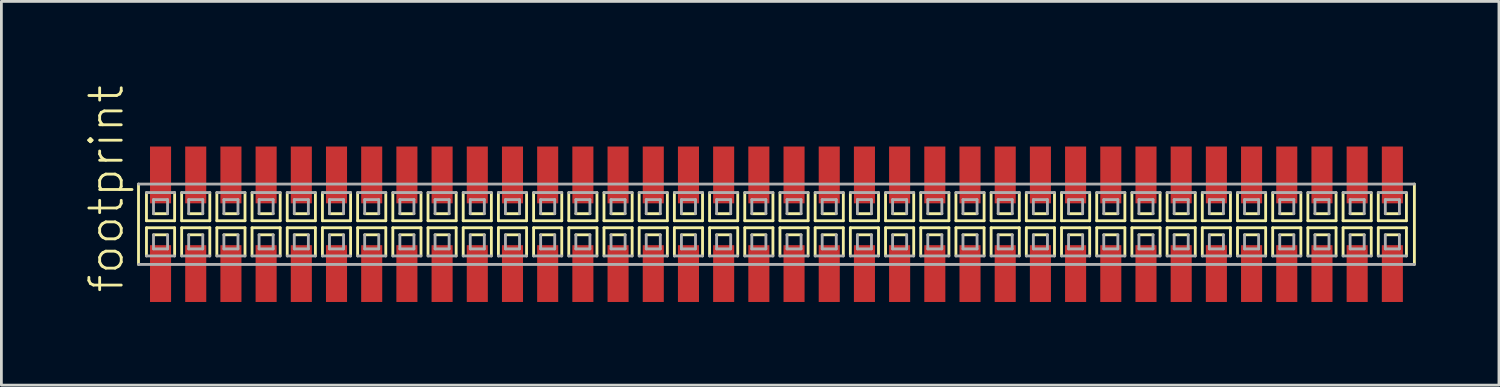
<source format=kicad_pcb>
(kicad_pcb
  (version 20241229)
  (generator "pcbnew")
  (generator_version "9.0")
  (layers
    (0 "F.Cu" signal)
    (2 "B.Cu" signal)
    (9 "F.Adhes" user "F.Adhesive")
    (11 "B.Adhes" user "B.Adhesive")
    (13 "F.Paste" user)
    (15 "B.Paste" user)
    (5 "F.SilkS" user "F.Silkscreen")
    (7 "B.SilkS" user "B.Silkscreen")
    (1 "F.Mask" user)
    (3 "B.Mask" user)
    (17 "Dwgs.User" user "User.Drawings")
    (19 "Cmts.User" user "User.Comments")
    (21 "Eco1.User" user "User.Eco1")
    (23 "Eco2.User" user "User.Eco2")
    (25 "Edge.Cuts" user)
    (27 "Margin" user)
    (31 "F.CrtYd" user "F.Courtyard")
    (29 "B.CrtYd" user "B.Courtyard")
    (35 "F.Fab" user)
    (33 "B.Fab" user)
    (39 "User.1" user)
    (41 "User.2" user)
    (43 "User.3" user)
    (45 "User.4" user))
  (footprint "footprint"
    (layer "F.Cu")
    (at 24.968 5.042)
    (property "Reference" "footprint" (at -23.495 2.54 90) (layer "F.SilkS") (effects (font (size 1.168 1.168) (thickness 0.102)) (justify left bottom)))
    (fp_line (start -23.02 -1.45) (end -23.02 1.45) (stroke (width 0.102) (type solid)) (layer "F.SilkS"))
    (fp_line (start -22.733 -1.143) (end -22.733 -0.127) (stroke (width 0.102) (type solid)) (layer "F.SilkS"))
    (fp_line (start -22.733 -0.127) (end -21.717 -0.127) (stroke (width 0.102) (type solid)) (layer "F.SilkS"))
    (fp_line (start -22.733 0.127) (end -22.733 1.143) (stroke (width 0.102) (type solid)) (layer "F.SilkS"))
    (fp_line (start -22.479 -0.381) (end -21.971 -0.381) (stroke (width 0.102) (type solid)) (layer "F.SilkS"))
    (fp_line (start -21.971 0.381) (end -22.479 0.381) (stroke (width 0.102) (type solid)) (layer "F.SilkS"))
    (fp_line (start -21.717 -0.127) (end -21.717 -1.143) (stroke (width 0.102) (type solid)) (layer "F.SilkS"))
    (fp_line (start -21.717 0.127) (end -22.733 0.127) (stroke (width 0.102) (type solid)) (layer "F.SilkS"))
    (fp_line (start -21.717 1.143) (end -21.717 0.127) (stroke (width 0.102) (type solid)) (layer "F.SilkS"))
    (fp_line (start -21.463 -1.143) (end -21.463 -0.127) (stroke (width 0.102) (type solid)) (layer "F.SilkS"))
    (fp_line (start -21.463 -0.127) (end -20.447 -0.127) (stroke (width 0.102) (type solid)) (layer "F.SilkS"))
    (fp_line (start -21.463 0.127) (end -21.463 1.143) (stroke (width 0.102) (type solid)) (layer "F.SilkS"))
    (fp_line (start -21.209 -0.381) (end -20.701 -0.381) (stroke (width 0.102) (type solid)) (layer "F.SilkS"))
    (fp_line (start -20.701 0.381) (end -21.209 0.381) (stroke (width 0.102) (type solid)) (layer "F.SilkS"))
    (fp_line (start -20.447 -0.127) (end -20.447 -1.143) (stroke (width 0.102) (type solid)) (layer "F.SilkS"))
    (fp_line (start -20.447 0.127) (end -21.463 0.127) (stroke (width 0.102) (type solid)) (layer "F.SilkS"))
    (fp_line (start -20.447 1.143) (end -20.447 0.127) (stroke (width 0.102) (type solid)) (layer "F.SilkS"))
    (fp_line (start -20.193 -1.143) (end -20.193 -0.127) (stroke (width 0.102) (type solid)) (layer "F.SilkS"))
    (fp_line (start -20.193 -0.127) (end -19.177 -0.127) (stroke (width 0.102) (type solid)) (layer "F.SilkS"))
    (fp_line (start -20.193 0.127) (end -20.193 1.143) (stroke (width 0.102) (type solid)) (layer "F.SilkS"))
    (fp_line (start -19.939 -0.381) (end -19.431 -0.381) (stroke (width 0.102) (type solid)) (layer "F.SilkS"))
    (fp_line (start -19.431 0.381) (end -19.939 0.381) (stroke (width 0.102) (type solid)) (layer "F.SilkS"))
    (fp_line (start -19.177 -0.127) (end -19.177 -1.143) (stroke (width 0.102) (type solid)) (layer "F.SilkS"))
    (fp_line (start -19.177 0.127) (end -20.193 0.127) (stroke (width 0.102) (type solid)) (layer "F.SilkS"))
    (fp_line (start -19.177 1.143) (end -19.177 0.127) (stroke (width 0.102) (type solid)) (layer "F.SilkS"))
    (fp_line (start -18.923 -1.143) (end -18.923 -0.127) (stroke (width 0.102) (type solid)) (layer "F.SilkS"))
    (fp_line (start -18.923 -0.127) (end -17.907 -0.127) (stroke (width 0.102) (type solid)) (layer "F.SilkS"))
    (fp_line (start -18.923 0.127) (end -18.923 1.143) (stroke (width 0.102) (type solid)) (layer "F.SilkS"))
    (fp_line (start -18.669 -0.381) (end -18.161 -0.381) (stroke (width 0.102) (type solid)) (layer "F.SilkS"))
    (fp_line (start -18.161 0.381) (end -18.669 0.381) (stroke (width 0.102) (type solid)) (layer "F.SilkS"))
    (fp_line (start -17.907 -0.127) (end -17.907 -1.143) (stroke (width 0.102) (type solid)) (layer "F.SilkS"))
    (fp_line (start -17.907 0.127) (end -18.923 0.127) (stroke (width 0.102) (type solid)) (layer "F.SilkS"))
    (fp_line (start -17.907 1.143) (end -17.907 0.127) (stroke (width 0.102) (type solid)) (layer "F.SilkS"))
    (fp_line (start -17.653 -1.143) (end -17.653 -0.127) (stroke (width 0.102) (type solid)) (layer "F.SilkS"))
    (fp_line (start -17.653 -0.127) (end -16.637 -0.127) (stroke (width 0.102) (type solid)) (layer "F.SilkS"))
    (fp_line (start -17.653 0.127) (end -17.653 1.143) (stroke (width 0.102) (type solid)) (layer "F.SilkS"))
    (fp_line (start -17.399 -0.381) (end -16.891 -0.381) (stroke (width 0.102) (type solid)) (layer "F.SilkS"))
    (fp_line (start -16.891 0.381) (end -17.399 0.381) (stroke (width 0.102) (type solid)) (layer "F.SilkS"))
    (fp_line (start -16.637 -0.127) (end -16.637 -1.143) (stroke (width 0.102) (type solid)) (layer "F.SilkS"))
    (fp_line (start -16.637 0.127) (end -17.653 0.127) (stroke (width 0.102) (type solid)) (layer "F.SilkS"))
    (fp_line (start -16.637 1.143) (end -16.637 0.127) (stroke (width 0.102) (type solid)) (layer "F.SilkS"))
    (fp_line (start -16.383 -1.143) (end -16.383 -0.127) (stroke (width 0.102) (type solid)) (layer "F.SilkS"))
    (fp_line (start -16.383 -0.127) (end -15.367 -0.127) (stroke (width 0.102) (type solid)) (layer "F.SilkS"))
    (fp_line (start -16.383 0.127) (end -16.383 1.143) (stroke (width 0.102) (type solid)) (layer "F.SilkS"))
    (fp_line (start -16.129 -0.381) (end -15.621 -0.381) (stroke (width 0.102) (type solid)) (layer "F.SilkS"))
    (fp_line (start -15.621 0.381) (end -16.129 0.381) (stroke (width 0.102) (type solid)) (layer "F.SilkS"))
    (fp_line (start -15.367 -0.127) (end -15.367 -1.143) (stroke (width 0.102) (type solid)) (layer "F.SilkS"))
    (fp_line (start -15.367 0.127) (end -16.383 0.127) (stroke (width 0.102) (type solid)) (layer "F.SilkS"))
    (fp_line (start -15.367 1.143) (end -15.367 0.127) (stroke (width 0.102) (type solid)) (layer "F.SilkS"))
    (fp_line (start -15.113 -1.143) (end -15.113 -0.127) (stroke (width 0.102) (type solid)) (layer "F.SilkS"))
    (fp_line (start -15.113 -0.127) (end -14.097 -0.127) (stroke (width 0.102) (type solid)) (layer "F.SilkS"))
    (fp_line (start -15.113 0.127) (end -15.113 1.143) (stroke (width 0.102) (type solid)) (layer "F.SilkS"))
    (fp_line (start -14.859 -0.381) (end -14.351 -0.381) (stroke (width 0.102) (type solid)) (layer "F.SilkS"))
    (fp_line (start -14.351 0.381) (end -14.859 0.381) (stroke (width 0.102) (type solid)) (layer "F.SilkS"))
    (fp_line (start -14.097 -0.127) (end -14.097 -1.143) (stroke (width 0.102) (type solid)) (layer "F.SilkS"))
    (fp_line (start -14.097 0.127) (end -15.113 0.127) (stroke (width 0.102) (type solid)) (layer "F.SilkS"))
    (fp_line (start -14.097 1.143) (end -14.097 0.127) (stroke (width 0.102) (type solid)) (layer "F.SilkS"))
    (fp_line (start -13.843 -1.143) (end -13.843 -0.127) (stroke (width 0.102) (type solid)) (layer "F.SilkS"))
    (fp_line (start -13.843 -0.127) (end -12.827 -0.127) (stroke (width 0.102) (type solid)) (layer "F.SilkS"))
    (fp_line (start -13.843 0.127) (end -13.843 1.143) (stroke (width 0.102) (type solid)) (layer "F.SilkS"))
    (fp_line (start -13.589 -0.381) (end -13.081 -0.381) (stroke (width 0.102) (type solid)) (layer "F.SilkS"))
    (fp_line (start -13.081 0.381) (end -13.589 0.381) (stroke (width 0.102) (type solid)) (layer "F.SilkS"))
    (fp_line (start -12.827 -0.127) (end -12.827 -1.143) (stroke (width 0.102) (type solid)) (layer "F.SilkS"))
    (fp_line (start -12.827 0.127) (end -13.843 0.127) (stroke (width 0.102) (type solid)) (layer "F.SilkS"))
    (fp_line (start -12.827 1.143) (end -12.827 0.127) (stroke (width 0.102) (type solid)) (layer "F.SilkS"))
    (fp_line (start -12.573 -1.143) (end -12.573 -0.127) (stroke (width 0.102) (type solid)) (layer "F.SilkS"))
    (fp_line (start -12.573 -0.127) (end -11.557 -0.127) (stroke (width 0.102) (type solid)) (layer "F.SilkS"))
    (fp_line (start -12.573 0.127) (end -12.573 1.143) (stroke (width 0.102) (type solid)) (layer "F.SilkS"))
    (fp_line (start -12.319 -0.381) (end -11.811 -0.381) (stroke (width 0.102) (type solid)) (layer "F.SilkS"))
    (fp_line (start -11.811 0.381) (end -12.319 0.381) (stroke (width 0.102) (type solid)) (layer "F.SilkS"))
    (fp_line (start -11.557 -0.127) (end -11.557 -1.143) (stroke (width 0.102) (type solid)) (layer "F.SilkS"))
    (fp_line (start -11.557 0.127) (end -12.573 0.127) (stroke (width 0.102) (type solid)) (layer "F.SilkS"))
    (fp_line (start -11.557 1.143) (end -11.557 0.127) (stroke (width 0.102) (type solid)) (layer "F.SilkS"))
    (fp_line (start -11.303 -1.143) (end -11.303 -0.127) (stroke (width 0.102) (type solid)) (layer "F.SilkS"))
    (fp_line (start -11.303 -0.127) (end -10.287 -0.127) (stroke (width 0.102) (type solid)) (layer "F.SilkS"))
    (fp_line (start -11.303 0.127) (end -11.303 1.143) (stroke (width 0.102) (type solid)) (layer "F.SilkS"))
    (fp_line (start -11.049 -0.381) (end -10.541 -0.381) (stroke (width 0.102) (type solid)) (layer "F.SilkS"))
    (fp_line (start -10.541 0.381) (end -11.049 0.381) (stroke (width 0.102) (type solid)) (layer "F.SilkS"))
    (fp_line (start -10.287 -0.127) (end -10.287 -1.143) (stroke (width 0.102) (type solid)) (layer "F.SilkS"))
    (fp_line (start -10.287 0.127) (end -11.303 0.127) (stroke (width 0.102) (type solid)) (layer "F.SilkS"))
    (fp_line (start -10.287 1.143) (end -10.287 0.127) (stroke (width 0.102) (type solid)) (layer "F.SilkS"))
    (fp_line (start -10.033 -1.143) (end -10.033 -0.127) (stroke (width 0.102) (type solid)) (layer "F.SilkS"))
    (fp_line (start -10.033 -0.127) (end -9.017 -0.127) (stroke (width 0.102) (type solid)) (layer "F.SilkS"))
    (fp_line (start -10.033 0.127) (end -10.033 1.143) (stroke (width 0.102) (type solid)) (layer "F.SilkS"))
    (fp_line (start -9.779 -0.381) (end -9.271 -0.381) (stroke (width 0.102) (type solid)) (layer "F.SilkS"))
    (fp_line (start -9.271 0.381) (end -9.779 0.381) (stroke (width 0.102) (type solid)) (layer "F.SilkS"))
    (fp_line (start -9.017 -0.127) (end -9.017 -1.143) (stroke (width 0.102) (type solid)) (layer "F.SilkS"))
    (fp_line (start -9.017 0.127) (end -10.033 0.127) (stroke (width 0.102) (type solid)) (layer "F.SilkS"))
    (fp_line (start -9.017 1.143) (end -9.017 0.127) (stroke (width 0.102) (type solid)) (layer "F.SilkS"))
    (fp_line (start -8.763 -1.143) (end -8.763 -0.127) (stroke (width 0.102) (type solid)) (layer "F.SilkS"))
    (fp_line (start -8.763 -0.127) (end -7.747 -0.127) (stroke (width 0.102) (type solid)) (layer "F.SilkS"))
    (fp_line (start -8.763 0.127) (end -8.763 1.143) (stroke (width 0.102) (type solid)) (layer "F.SilkS"))
    (fp_line (start -8.509 -0.381) (end -8.001 -0.381) (stroke (width 0.102) (type solid)) (layer "F.SilkS"))
    (fp_line (start -8.001 0.381) (end -8.509 0.381) (stroke (width 0.102) (type solid)) (layer "F.SilkS"))
    (fp_line (start -7.747 -0.127) (end -7.747 -1.143) (stroke (width 0.102) (type solid)) (layer "F.SilkS"))
    (fp_line (start -7.747 0.127) (end -8.763 0.127) (stroke (width 0.102) (type solid)) (layer "F.SilkS"))
    (fp_line (start -7.747 1.143) (end -7.747 0.127) (stroke (width 0.102) (type solid)) (layer "F.SilkS"))
    (fp_line (start -7.493 -1.143) (end -7.493 -0.127) (stroke (width 0.102) (type solid)) (layer "F.SilkS"))
    (fp_line (start -7.493 -0.127) (end -6.477 -0.127) (stroke (width 0.102) (type solid)) (layer "F.SilkS"))
    (fp_line (start -7.493 0.127) (end -7.493 1.143) (stroke (width 0.102) (type solid)) (layer "F.SilkS"))
    (fp_line (start -7.239 -0.381) (end -6.731 -0.381) (stroke (width 0.102) (type solid)) (layer "F.SilkS"))
    (fp_line (start -6.731 0.381) (end -7.239 0.381) (stroke (width 0.102) (type solid)) (layer "F.SilkS"))
    (fp_line (start -6.477 -0.127) (end -6.477 -1.143) (stroke (width 0.102) (type solid)) (layer "F.SilkS"))
    (fp_line (start -6.477 0.127) (end -7.493 0.127) (stroke (width 0.102) (type solid)) (layer "F.SilkS"))
    (fp_line (start -6.477 1.143) (end -6.477 0.127) (stroke (width 0.102) (type solid)) (layer "F.SilkS"))
    (fp_line (start -6.223 -1.143) (end -6.223 -0.127) (stroke (width 0.102) (type solid)) (layer "F.SilkS"))
    (fp_line (start -6.223 -0.127) (end -5.207 -0.127) (stroke (width 0.102) (type solid)) (layer "F.SilkS"))
    (fp_line (start -6.223 0.127) (end -6.223 1.143) (stroke (width 0.102) (type solid)) (layer "F.SilkS"))
    (fp_line (start -5.969 -0.381) (end -5.461 -0.381) (stroke (width 0.102) (type solid)) (layer "F.SilkS"))
    (fp_line (start -5.461 0.381) (end -5.969 0.381) (stroke (width 0.102) (type solid)) (layer "F.SilkS"))
    (fp_line (start -5.207 -0.127) (end -5.207 -1.143) (stroke (width 0.102) (type solid)) (layer "F.SilkS"))
    (fp_line (start -5.207 0.127) (end -6.223 0.127) (stroke (width 0.102) (type solid)) (layer "F.SilkS"))
    (fp_line (start -5.207 1.143) (end -5.207 0.127) (stroke (width 0.102) (type solid)) (layer "F.SilkS"))
    (fp_line (start -4.953 -1.143) (end -4.953 -0.127) (stroke (width 0.102) (type solid)) (layer "F.SilkS"))
    (fp_line (start -4.953 -0.127) (end -3.937 -0.127) (stroke (width 0.102) (type solid)) (layer "F.SilkS"))
    (fp_line (start -4.953 0.127) (end -4.953 1.143) (stroke (width 0.102) (type solid)) (layer "F.SilkS"))
    (fp_line (start -4.699 -0.381) (end -4.191 -0.381) (stroke (width 0.102) (type solid)) (layer "F.SilkS"))
    (fp_line (start -4.191 0.381) (end -4.699 0.381) (stroke (width 0.102) (type solid)) (layer "F.SilkS"))
    (fp_line (start -3.937 -0.127) (end -3.937 -1.143) (stroke (width 0.102) (type solid)) (layer "F.SilkS"))
    (fp_line (start -3.937 0.127) (end -4.953 0.127) (stroke (width 0.102) (type solid)) (layer "F.SilkS"))
    (fp_line (start -3.937 1.143) (end -3.937 0.127) (stroke (width 0.102) (type solid)) (layer "F.SilkS"))
    (fp_line (start -3.683 -1.143) (end -3.683 -0.127) (stroke (width 0.102) (type solid)) (layer "F.SilkS"))
    (fp_line (start -3.683 -0.127) (end -2.667 -0.127) (stroke (width 0.102) (type solid)) (layer "F.SilkS"))
    (fp_line (start -3.683 0.127) (end -3.683 1.143) (stroke (width 0.102) (type solid)) (layer "F.SilkS"))
    (fp_line (start -3.429 -0.381) (end -2.921 -0.381) (stroke (width 0.102) (type solid)) (layer "F.SilkS"))
    (fp_line (start -2.921 0.381) (end -3.429 0.381) (stroke (width 0.102) (type solid)) (layer "F.SilkS"))
    (fp_line (start -2.667 -0.127) (end -2.667 -1.143) (stroke (width 0.102) (type solid)) (layer "F.SilkS"))
    (fp_line (start -2.667 0.127) (end -3.683 0.127) (stroke (width 0.102) (type solid)) (layer "F.SilkS"))
    (fp_line (start -2.667 1.143) (end -2.667 0.127) (stroke (width 0.102) (type solid)) (layer "F.SilkS"))
    (fp_line (start -2.413 -1.143) (end -2.413 -0.127) (stroke (width 0.102) (type solid)) (layer "F.SilkS"))
    (fp_line (start -2.413 -0.127) (end -1.397 -0.127) (stroke (width 0.102) (type solid)) (layer "F.SilkS"))
    (fp_line (start -2.413 0.127) (end -2.413 1.143) (stroke (width 0.102) (type solid)) (layer "F.SilkS"))
    (fp_line (start -2.159 -0.381) (end -1.651 -0.381) (stroke (width 0.102) (type solid)) (layer "F.SilkS"))
    (fp_line (start -1.651 0.381) (end -2.159 0.381) (stroke (width 0.102) (type solid)) (layer "F.SilkS"))
    (fp_line (start -1.397 -0.127) (end -1.397 -1.143) (stroke (width 0.102) (type solid)) (layer "F.SilkS"))
    (fp_line (start -1.397 0.127) (end -2.413 0.127) (stroke (width 0.102) (type solid)) (layer "F.SilkS"))
    (fp_line (start -1.397 1.143) (end -1.397 0.127) (stroke (width 0.102) (type solid)) (layer "F.SilkS"))
    (fp_line (start -1.143 -1.143) (end -1.143 -0.127) (stroke (width 0.102) (type solid)) (layer "F.SilkS"))
    (fp_line (start -1.143 -0.127) (end -0.127 -0.127) (stroke (width 0.102) (type solid)) (layer "F.SilkS"))
    (fp_line (start -1.143 0.127) (end -1.143 1.143) (stroke (width 0.102) (type solid)) (layer "F.SilkS"))
    (fp_line (start -0.889 -0.381) (end -0.381 -0.381) (stroke (width 0.102) (type solid)) (layer "F.SilkS"))
    (fp_line (start -0.381 0.381) (end -0.889 0.381) (stroke (width 0.102) (type solid)) (layer "F.SilkS"))
    (fp_line (start -0.127 -0.127) (end -0.127 -1.143) (stroke (width 0.102) (type solid)) (layer "F.SilkS"))
    (fp_line (start -0.127 0.127) (end -1.143 0.127) (stroke (width 0.102) (type solid)) (layer "F.SilkS"))
    (fp_line (start -0.127 1.143) (end -0.127 0.127) (stroke (width 0.102) (type solid)) (layer "F.SilkS"))
    (fp_line (start 0.127 -1.143) (end 0.127 -0.127) (stroke (width 0.102) (type solid)) (layer "F.SilkS"))
    (fp_line (start 0.127 -0.127) (end 1.143 -0.127) (stroke (width 0.102) (type solid)) (layer "F.SilkS"))
    (fp_line (start 0.127 0.127) (end 0.127 1.143) (stroke (width 0.102) (type solid)) (layer "F.SilkS"))
    (fp_line (start 0.381 -0.381) (end 0.889 -0.381) (stroke (width 0.102) (type solid)) (layer "F.SilkS"))
    (fp_line (start 0.889 0.381) (end 0.381 0.381) (stroke (width 0.102) (type solid)) (layer "F.SilkS"))
    (fp_line (start 1.143 -0.127) (end 1.143 -1.143) (stroke (width 0.102) (type solid)) (layer "F.SilkS"))
    (fp_line (start 1.143 0.127) (end 0.127 0.127) (stroke (width 0.102) (type solid)) (layer "F.SilkS"))
    (fp_line (start 1.143 1.143) (end 1.143 0.127) (stroke (width 0.102) (type solid)) (layer "F.SilkS"))
    (fp_line (start 1.397 -1.143) (end 1.397 -0.127) (stroke (width 0.102) (type solid)) (layer "F.SilkS"))
    (fp_line (start 1.397 -0.127) (end 2.413 -0.127) (stroke (width 0.102) (type solid)) (layer "F.SilkS"))
    (fp_line (start 1.397 0.127) (end 1.397 1.143) (stroke (width 0.102) (type solid)) (layer "F.SilkS"))
    (fp_line (start 1.651 -0.381) (end 2.159 -0.381) (stroke (width 0.102) (type solid)) (layer "F.SilkS"))
    (fp_line (start 2.159 0.381) (end 1.651 0.381) (stroke (width 0.102) (type solid)) (layer "F.SilkS"))
    (fp_line (start 2.413 -0.127) (end 2.413 -1.143) (stroke (width 0.102) (type solid)) (layer "F.SilkS"))
    (fp_line (start 2.413 0.127) (end 1.397 0.127) (stroke (width 0.102) (type solid)) (layer "F.SilkS"))
    (fp_line (start 2.413 1.143) (end 2.413 0.127) (stroke (width 0.102) (type solid)) (layer "F.SilkS"))
    (fp_line (start 2.667 -1.143) (end 2.667 -0.127) (stroke (width 0.102) (type solid)) (layer "F.SilkS"))
    (fp_line (start 2.667 -0.127) (end 3.683 -0.127) (stroke (width 0.102) (type solid)) (layer "F.SilkS"))
    (fp_line (start 2.667 0.127) (end 2.667 1.143) (stroke (width 0.102) (type solid)) (layer "F.SilkS"))
    (fp_line (start 2.921 -0.381) (end 3.429 -0.381) (stroke (width 0.102) (type solid)) (layer "F.SilkS"))
    (fp_line (start 3.429 0.381) (end 2.921 0.381) (stroke (width 0.102) (type solid)) (layer "F.SilkS"))
    (fp_line (start 3.683 -0.127) (end 3.683 -1.143) (stroke (width 0.102) (type solid)) (layer "F.SilkS"))
    (fp_line (start 3.683 0.127) (end 2.667 0.127) (stroke (width 0.102) (type solid)) (layer "F.SilkS"))
    (fp_line (start 3.683 1.143) (end 3.683 0.127) (stroke (width 0.102) (type solid)) (layer "F.SilkS"))
    (fp_line (start 3.937 -1.143) (end 3.937 -0.127) (stroke (width 0.102) (type solid)) (layer "F.SilkS"))
    (fp_line (start 3.937 -0.127) (end 4.953 -0.127) (stroke (width 0.102) (type solid)) (layer "F.SilkS"))
    (fp_line (start 3.937 0.127) (end 3.937 1.143) (stroke (width 0.102) (type solid)) (layer "F.SilkS"))
    (fp_line (start 4.191 -0.381) (end 4.699 -0.381) (stroke (width 0.102) (type solid)) (layer "F.SilkS"))
    (fp_line (start 4.699 0.381) (end 4.191 0.381) (stroke (width 0.102) (type solid)) (layer "F.SilkS"))
    (fp_line (start 4.953 -0.127) (end 4.953 -1.143) (stroke (width 0.102) (type solid)) (layer "F.SilkS"))
    (fp_line (start 4.953 0.127) (end 3.937 0.127) (stroke (width 0.102) (type solid)) (layer "F.SilkS"))
    (fp_line (start 4.953 1.143) (end 4.953 0.127) (stroke (width 0.102) (type solid)) (layer "F.SilkS"))
    (fp_line (start 5.207 -1.143) (end 5.207 -0.127) (stroke (width 0.102) (type solid)) (layer "F.SilkS"))
    (fp_line (start 5.207 -0.127) (end 6.223 -0.127) (stroke (width 0.102) (type solid)) (layer "F.SilkS"))
    (fp_line (start 5.207 0.127) (end 5.207 1.143) (stroke (width 0.102) (type solid)) (layer "F.SilkS"))
    (fp_line (start 5.461 -0.381) (end 5.969 -0.381) (stroke (width 0.102) (type solid)) (layer "F.SilkS"))
    (fp_line (start 5.969 0.381) (end 5.461 0.381) (stroke (width 0.102) (type solid)) (layer "F.SilkS"))
    (fp_line (start 6.223 -0.127) (end 6.223 -1.143) (stroke (width 0.102) (type solid)) (layer "F.SilkS"))
    (fp_line (start 6.223 0.127) (end 5.207 0.127) (stroke (width 0.102) (type solid)) (layer "F.SilkS"))
    (fp_line (start 6.223 1.143) (end 6.223 0.127) (stroke (width 0.102) (type solid)) (layer "F.SilkS"))
    (fp_line (start 6.477 -1.143) (end 6.477 -0.127) (stroke (width 0.102) (type solid)) (layer "F.SilkS"))
    (fp_line (start 6.477 -0.127) (end 7.493 -0.127) (stroke (width 0.102) (type solid)) (layer "F.SilkS"))
    (fp_line (start 6.477 0.127) (end 6.477 1.143) (stroke (width 0.102) (type solid)) (layer "F.SilkS"))
    (fp_line (start 6.731 -0.381) (end 7.239 -0.381) (stroke (width 0.102) (type solid)) (layer "F.SilkS"))
    (fp_line (start 7.239 0.381) (end 6.731 0.381) (stroke (width 0.102) (type solid)) (layer "F.SilkS"))
    (fp_line (start 7.493 -0.127) (end 7.493 -1.143) (stroke (width 0.102) (type solid)) (layer "F.SilkS"))
    (fp_line (start 7.493 0.127) (end 6.477 0.127) (stroke (width 0.102) (type solid)) (layer "F.SilkS"))
    (fp_line (start 7.493 1.143) (end 7.493 0.127) (stroke (width 0.102) (type solid)) (layer "F.SilkS"))
    (fp_line (start 7.747 -1.143) (end 7.747 -0.127) (stroke (width 0.102) (type solid)) (layer "F.SilkS"))
    (fp_line (start 7.747 -0.127) (end 8.763 -0.127) (stroke (width 0.102) (type solid)) (layer "F.SilkS"))
    (fp_line (start 7.747 0.127) (end 7.747 1.143) (stroke (width 0.102) (type solid)) (layer "F.SilkS"))
    (fp_line (start 8.001 -0.381) (end 8.509 -0.381) (stroke (width 0.102) (type solid)) (layer "F.SilkS"))
    (fp_line (start 8.509 0.381) (end 8.001 0.381) (stroke (width 0.102) (type solid)) (layer "F.SilkS"))
    (fp_line (start 8.763 -0.127) (end 8.763 -1.143) (stroke (width 0.102) (type solid)) (layer "F.SilkS"))
    (fp_line (start 8.763 0.127) (end 7.747 0.127) (stroke (width 0.102) (type solid)) (layer "F.SilkS"))
    (fp_line (start 8.763 1.143) (end 8.763 0.127) (stroke (width 0.102) (type solid)) (layer "F.SilkS"))
    (fp_line (start 9.017 -1.143) (end 9.017 -0.127) (stroke (width 0.102) (type solid)) (layer "F.SilkS"))
    (fp_line (start 9.017 -0.127) (end 10.033 -0.127) (stroke (width 0.102) (type solid)) (layer "F.SilkS"))
    (fp_line (start 9.017 0.127) (end 9.017 1.143) (stroke (width 0.102) (type solid)) (layer "F.SilkS"))
    (fp_line (start 9.271 -0.381) (end 9.779 -0.381) (stroke (width 0.102) (type solid)) (layer "F.SilkS"))
    (fp_line (start 9.779 0.381) (end 9.271 0.381) (stroke (width 0.102) (type solid)) (layer "F.SilkS"))
    (fp_line (start 10.033 -0.127) (end 10.033 -1.143) (stroke (width 0.102) (type solid)) (layer "F.SilkS"))
    (fp_line (start 10.033 0.127) (end 9.017 0.127) (stroke (width 0.102) (type solid)) (layer "F.SilkS"))
    (fp_line (start 10.033 1.143) (end 10.033 0.127) (stroke (width 0.102) (type solid)) (layer "F.SilkS"))
    (fp_line (start 10.287 -1.143) (end 10.287 -0.127) (stroke (width 0.102) (type solid)) (layer "F.SilkS"))
    (fp_line (start 10.287 -0.127) (end 11.303 -0.127) (stroke (width 0.102) (type solid)) (layer "F.SilkS"))
    (fp_line (start 10.287 0.127) (end 10.287 1.143) (stroke (width 0.102) (type solid)) (layer "F.SilkS"))
    (fp_line (start 10.541 -0.381) (end 11.049 -0.381) (stroke (width 0.102) (type solid)) (layer "F.SilkS"))
    (fp_line (start 11.049 0.381) (end 10.541 0.381) (stroke (width 0.102) (type solid)) (layer "F.SilkS"))
    (fp_line (start 11.303 -0.127) (end 11.303 -1.143) (stroke (width 0.102) (type solid)) (layer "F.SilkS"))
    (fp_line (start 11.303 0.127) (end 10.287 0.127) (stroke (width 0.102) (type solid)) (layer "F.SilkS"))
    (fp_line (start 11.303 1.143) (end 11.303 0.127) (stroke (width 0.102) (type solid)) (layer "F.SilkS"))
    (fp_line (start 11.557 -1.143) (end 11.557 -0.127) (stroke (width 0.102) (type solid)) (layer "F.SilkS"))
    (fp_line (start 11.557 -0.127) (end 12.573 -0.127) (stroke (width 0.102) (type solid)) (layer "F.SilkS"))
    (fp_line (start 11.557 0.127) (end 11.557 1.143) (stroke (width 0.102) (type solid)) (layer "F.SilkS"))
    (fp_line (start 11.811 -0.381) (end 12.319 -0.381) (stroke (width 0.102) (type solid)) (layer "F.SilkS"))
    (fp_line (start 12.319 0.381) (end 11.811 0.381) (stroke (width 0.102) (type solid)) (layer "F.SilkS"))
    (fp_line (start 12.573 -0.127) (end 12.573 -1.143) (stroke (width 0.102) (type solid)) (layer "F.SilkS"))
    (fp_line (start 12.573 0.127) (end 11.557 0.127) (stroke (width 0.102) (type solid)) (layer "F.SilkS"))
    (fp_line (start 12.573 1.143) (end 12.573 0.127) (stroke (width 0.102) (type solid)) (layer "F.SilkS"))
    (fp_line (start 12.827 -1.143) (end 12.827 -0.127) (stroke (width 0.102) (type solid)) (layer "F.SilkS"))
    (fp_line (start 12.827 -0.127) (end 13.843 -0.127) (stroke (width 0.102) (type solid)) (layer "F.SilkS"))
    (fp_line (start 12.827 0.127) (end 12.827 1.143) (stroke (width 0.102) (type solid)) (layer "F.SilkS"))
    (fp_line (start 13.081 -0.381) (end 13.589 -0.381) (stroke (width 0.102) (type solid)) (layer "F.SilkS"))
    (fp_line (start 13.589 0.381) (end 13.081 0.381) (stroke (width 0.102) (type solid)) (layer "F.SilkS"))
    (fp_line (start 13.843 -0.127) (end 13.843 -1.143) (stroke (width 0.102) (type solid)) (layer "F.SilkS"))
    (fp_line (start 13.843 0.127) (end 12.827 0.127) (stroke (width 0.102) (type solid)) (layer "F.SilkS"))
    (fp_line (start 13.843 1.143) (end 13.843 0.127) (stroke (width 0.102) (type solid)) (layer "F.SilkS"))
    (fp_line (start 14.097 -1.143) (end 14.097 -0.127) (stroke (width 0.102) (type solid)) (layer "F.SilkS"))
    (fp_line (start 14.097 -0.127) (end 15.113 -0.127) (stroke (width 0.102) (type solid)) (layer "F.SilkS"))
    (fp_line (start 14.097 0.127) (end 14.097 1.143) (stroke (width 0.102) (type solid)) (layer "F.SilkS"))
    (fp_line (start 14.351 -0.381) (end 14.859 -0.381) (stroke (width 0.102) (type solid)) (layer "F.SilkS"))
    (fp_line (start 14.859 0.381) (end 14.351 0.381) (stroke (width 0.102) (type solid)) (layer "F.SilkS"))
    (fp_line (start 15.113 -0.127) (end 15.113 -1.143) (stroke (width 0.102) (type solid)) (layer "F.SilkS"))
    (fp_line (start 15.113 0.127) (end 14.097 0.127) (stroke (width 0.102) (type solid)) (layer "F.SilkS"))
    (fp_line (start 15.113 1.143) (end 15.113 0.127) (stroke (width 0.102) (type solid)) (layer "F.SilkS"))
    (fp_line (start 15.367 -1.143) (end 15.367 -0.127) (stroke (width 0.102) (type solid)) (layer "F.SilkS"))
    (fp_line (start 15.367 -0.127) (end 16.383 -0.127) (stroke (width 0.102) (type solid)) (layer "F.SilkS"))
    (fp_line (start 15.367 0.127) (end 15.367 1.143) (stroke (width 0.102) (type solid)) (layer "F.SilkS"))
    (fp_line (start 15.621 -0.381) (end 16.129 -0.381) (stroke (width 0.102) (type solid)) (layer "F.SilkS"))
    (fp_line (start 16.129 0.381) (end 15.621 0.381) (stroke (width 0.102) (type solid)) (layer "F.SilkS"))
    (fp_line (start 16.383 -0.127) (end 16.383 -1.143) (stroke (width 0.102) (type solid)) (layer "F.SilkS"))
    (fp_line (start 16.383 0.127) (end 15.367 0.127) (stroke (width 0.102) (type solid)) (layer "F.SilkS"))
    (fp_line (start 16.383 1.143) (end 16.383 0.127) (stroke (width 0.102) (type solid)) (layer "F.SilkS"))
    (fp_line (start 16.637 -1.143) (end 16.637 -0.127) (stroke (width 0.102) (type solid)) (layer "F.SilkS"))
    (fp_line (start 16.637 -0.127) (end 17.653 -0.127) (stroke (width 0.102) (type solid)) (layer "F.SilkS"))
    (fp_line (start 16.637 0.127) (end 16.637 1.143) (stroke (width 0.102) (type solid)) (layer "F.SilkS"))
    (fp_line (start 16.891 -0.381) (end 17.399 -0.381) (stroke (width 0.102) (type solid)) (layer "F.SilkS"))
    (fp_line (start 17.399 0.381) (end 16.891 0.381) (stroke (width 0.102) (type solid)) (layer "F.SilkS"))
    (fp_line (start 17.653 -0.127) (end 17.653 -1.143) (stroke (width 0.102) (type solid)) (layer "F.SilkS"))
    (fp_line (start 17.653 0.127) (end 16.637 0.127) (stroke (width 0.102) (type solid)) (layer "F.SilkS"))
    (fp_line (start 17.653 1.143) (end 17.653 0.127) (stroke (width 0.102) (type solid)) (layer "F.SilkS"))
    (fp_line (start 17.907 -1.143) (end 17.907 -0.127) (stroke (width 0.102) (type solid)) (layer "F.SilkS"))
    (fp_line (start 17.907 -0.127) (end 18.923 -0.127) (stroke (width 0.102) (type solid)) (layer "F.SilkS"))
    (fp_line (start 17.907 0.127) (end 17.907 1.143) (stroke (width 0.102) (type solid)) (layer "F.SilkS"))
    (fp_line (start 18.161 -0.381) (end 18.669 -0.381) (stroke (width 0.102) (type solid)) (layer "F.SilkS"))
    (fp_line (start 18.669 0.381) (end 18.161 0.381) (stroke (width 0.102) (type solid)) (layer "F.SilkS"))
    (fp_line (start 18.923 -0.127) (end 18.923 -1.143) (stroke (width 0.102) (type solid)) (layer "F.SilkS"))
    (fp_line (start 18.923 0.127) (end 17.907 0.127) (stroke (width 0.102) (type solid)) (layer "F.SilkS"))
    (fp_line (start 18.923 1.143) (end 18.923 0.127) (stroke (width 0.102) (type solid)) (layer "F.SilkS"))
    (fp_line (start 19.177 -1.143) (end 19.177 -0.127) (stroke (width 0.102) (type solid)) (layer "F.SilkS"))
    (fp_line (start 19.177 -0.127) (end 20.193 -0.127) (stroke (width 0.102) (type solid)) (layer "F.SilkS"))
    (fp_line (start 19.177 0.127) (end 19.177 1.143) (stroke (width 0.102) (type solid)) (layer "F.SilkS"))
    (fp_line (start 19.431 -0.381) (end 19.939 -0.381) (stroke (width 0.102) (type solid)) (layer "F.SilkS"))
    (fp_line (start 19.939 0.381) (end 19.431 0.381) (stroke (width 0.102) (type solid)) (layer "F.SilkS"))
    (fp_line (start 20.193 -0.127) (end 20.193 -1.143) (stroke (width 0.102) (type solid)) (layer "F.SilkS"))
    (fp_line (start 20.193 0.127) (end 19.177 0.127) (stroke (width 0.102) (type solid)) (layer "F.SilkS"))
    (fp_line (start 20.193 1.143) (end 20.193 0.127) (stroke (width 0.102) (type solid)) (layer "F.SilkS"))
    (fp_line (start 20.447 -1.143) (end 20.447 -0.127) (stroke (width 0.102) (type solid)) (layer "F.SilkS"))
    (fp_line (start 20.447 -0.127) (end 21.463 -0.127) (stroke (width 0.102) (type solid)) (layer "F.SilkS"))
    (fp_line (start 20.447 0.127) (end 20.447 1.143) (stroke (width 0.102) (type solid)) (layer "F.SilkS"))
    (fp_line (start 20.701 -0.381) (end 21.209 -0.381) (stroke (width 0.102) (type solid)) (layer "F.SilkS"))
    (fp_line (start 21.209 0.381) (end 20.701 0.381) (stroke (width 0.102) (type solid)) (layer "F.SilkS"))
    (fp_line (start 21.463 -0.127) (end 21.463 -1.143) (stroke (width 0.102) (type solid)) (layer "F.SilkS"))
    (fp_line (start 21.463 0.127) (end 20.447 0.127) (stroke (width 0.102) (type solid)) (layer "F.SilkS"))
    (fp_line (start 21.463 1.143) (end 21.463 0.127) (stroke (width 0.102) (type solid)) (layer "F.SilkS"))
    (fp_line (start 21.717 -1.143) (end 21.717 -0.127) (stroke (width 0.102) (type solid)) (layer "F.SilkS"))
    (fp_line (start 21.717 -0.127) (end 22.733 -0.127) (stroke (width 0.102) (type solid)) (layer "F.SilkS"))
    (fp_line (start 21.717 0.127) (end 21.717 1.143) (stroke (width 0.102) (type solid)) (layer "F.SilkS"))
    (fp_line (start 21.971 -0.381) (end 22.479 -0.381) (stroke (width 0.102) (type solid)) (layer "F.SilkS"))
    (fp_line (start 22.479 0.381) (end 21.971 0.381) (stroke (width 0.102) (type solid)) (layer "F.SilkS"))
    (fp_line (start 22.733 -0.127) (end 22.733 -1.143) (stroke (width 0.102) (type solid)) (layer "F.SilkS"))
    (fp_line (start 22.733 0.127) (end 21.717 0.127) (stroke (width 0.102) (type solid)) (layer "F.SilkS"))
    (fp_line (start 22.733 1.143) (end 22.733 0.127) (stroke (width 0.102) (type solid)) (layer "F.SilkS"))
    (fp_line (start 23.02 1.45) (end 23.02 -1.45) (stroke (width 0.102) (type solid)) (layer "F.SilkS"))
    (fp_line (start -23.02 1.45) (end 23.02 1.45) (stroke (width 0.102) (type solid)) (layer "F.Fab"))
    (fp_line (start -22.733 1.143) (end -21.717 1.143) (stroke (width 0.102) (type solid)) (layer "F.Fab"))
    (fp_line (start -22.479 -0.889) (end -22.479 -0.381) (stroke (width 0.102) (type solid)) (layer "F.Fab"))
    (fp_line (start -22.479 0.381) (end -22.479 0.889) (stroke (width 0.102) (type solid)) (layer "F.Fab"))
    (fp_line (start -22.479 0.889) (end -21.971 0.889) (stroke (width 0.102) (type solid)) (layer "F.Fab"))
    (fp_line (start -21.971 -0.889) (end -22.479 -0.889) (stroke (width 0.102) (type solid)) (layer "F.Fab"))
    (fp_line (start -21.971 -0.381) (end -21.971 -0.889) (stroke (width 0.102) (type solid)) (layer "F.Fab"))
    (fp_line (start -21.971 0.889) (end -21.971 0.381) (stroke (width 0.102) (type solid)) (layer "F.Fab"))
    (fp_line (start -21.717 -1.143) (end -22.733 -1.143) (stroke (width 0.102) (type solid)) (layer "F.Fab"))
    (fp_line (start -21.463 1.143) (end -20.447 1.143) (stroke (width 0.102) (type solid)) (layer "F.Fab"))
    (fp_line (start -21.209 -0.889) (end -21.209 -0.381) (stroke (width 0.102) (type solid)) (layer "F.Fab"))
    (fp_line (start -21.209 0.381) (end -21.209 0.889) (stroke (width 0.102) (type solid)) (layer "F.Fab"))
    (fp_line (start -21.209 0.889) (end -20.701 0.889) (stroke (width 0.102) (type solid)) (layer "F.Fab"))
    (fp_line (start -20.701 -0.889) (end -21.209 -0.889) (stroke (width 0.102) (type solid)) (layer "F.Fab"))
    (fp_line (start -20.701 -0.381) (end -20.701 -0.889) (stroke (width 0.102) (type solid)) (layer "F.Fab"))
    (fp_line (start -20.701 0.889) (end -20.701 0.381) (stroke (width 0.102) (type solid)) (layer "F.Fab"))
    (fp_line (start -20.447 -1.143) (end -21.463 -1.143) (stroke (width 0.102) (type solid)) (layer "F.Fab"))
    (fp_line (start -20.193 1.143) (end -19.177 1.143) (stroke (width 0.102) (type solid)) (layer "F.Fab"))
    (fp_line (start -19.939 -0.889) (end -19.939 -0.381) (stroke (width 0.102) (type solid)) (layer "F.Fab"))
    (fp_line (start -19.939 0.381) (end -19.939 0.889) (stroke (width 0.102) (type solid)) (layer "F.Fab"))
    (fp_line (start -19.939 0.889) (end -19.431 0.889) (stroke (width 0.102) (type solid)) (layer "F.Fab"))
    (fp_line (start -19.431 -0.889) (end -19.939 -0.889) (stroke (width 0.102) (type solid)) (layer "F.Fab"))
    (fp_line (start -19.431 -0.381) (end -19.431 -0.889) (stroke (width 0.102) (type solid)) (layer "F.Fab"))
    (fp_line (start -19.431 0.889) (end -19.431 0.381) (stroke (width 0.102) (type solid)) (layer "F.Fab"))
    (fp_line (start -19.177 -1.143) (end -20.193 -1.143) (stroke (width 0.102) (type solid)) (layer "F.Fab"))
    (fp_line (start -18.923 1.143) (end -17.907 1.143) (stroke (width 0.102) (type solid)) (layer "F.Fab"))
    (fp_line (start -18.669 -0.889) (end -18.669 -0.381) (stroke (width 0.102) (type solid)) (layer "F.Fab"))
    (fp_line (start -18.669 0.381) (end -18.669 0.889) (stroke (width 0.102) (type solid)) (layer "F.Fab"))
    (fp_line (start -18.669 0.889) (end -18.161 0.889) (stroke (width 0.102) (type solid)) (layer "F.Fab"))
    (fp_line (start -18.161 -0.889) (end -18.669 -0.889) (stroke (width 0.102) (type solid)) (layer "F.Fab"))
    (fp_line (start -18.161 -0.381) (end -18.161 -0.889) (stroke (width 0.102) (type solid)) (layer "F.Fab"))
    (fp_line (start -18.161 0.889) (end -18.161 0.381) (stroke (width 0.102) (type solid)) (layer "F.Fab"))
    (fp_line (start -17.907 -1.143) (end -18.923 -1.143) (stroke (width 0.102) (type solid)) (layer "F.Fab"))
    (fp_line (start -17.653 1.143) (end -16.637 1.143) (stroke (width 0.102) (type solid)) (layer "F.Fab"))
    (fp_line (start -17.399 -0.889) (end -17.399 -0.381) (stroke (width 0.102) (type solid)) (layer "F.Fab"))
    (fp_line (start -17.399 0.381) (end -17.399 0.889) (stroke (width 0.102) (type solid)) (layer "F.Fab"))
    (fp_line (start -17.399 0.889) (end -16.891 0.889) (stroke (width 0.102) (type solid)) (layer "F.Fab"))
    (fp_line (start -16.891 -0.889) (end -17.399 -0.889) (stroke (width 0.102) (type solid)) (layer "F.Fab"))
    (fp_line (start -16.891 -0.381) (end -16.891 -0.889) (stroke (width 0.102) (type solid)) (layer "F.Fab"))
    (fp_line (start -16.891 0.889) (end -16.891 0.381) (stroke (width 0.102) (type solid)) (layer "F.Fab"))
    (fp_line (start -16.637 -1.143) (end -17.653 -1.143) (stroke (width 0.102) (type solid)) (layer "F.Fab"))
    (fp_line (start -16.383 1.143) (end -15.367 1.143) (stroke (width 0.102) (type solid)) (layer "F.Fab"))
    (fp_line (start -16.129 -0.889) (end -16.129 -0.381) (stroke (width 0.102) (type solid)) (layer "F.Fab"))
    (fp_line (start -16.129 0.381) (end -16.129 0.889) (stroke (width 0.102) (type solid)) (layer "F.Fab"))
    (fp_line (start -16.129 0.889) (end -15.621 0.889) (stroke (width 0.102) (type solid)) (layer "F.Fab"))
    (fp_line (start -15.621 -0.889) (end -16.129 -0.889) (stroke (width 0.102) (type solid)) (layer "F.Fab"))
    (fp_line (start -15.621 -0.381) (end -15.621 -0.889) (stroke (width 0.102) (type solid)) (layer "F.Fab"))
    (fp_line (start -15.621 0.889) (end -15.621 0.381) (stroke (width 0.102) (type solid)) (layer "F.Fab"))
    (fp_line (start -15.367 -1.143) (end -16.383 -1.143) (stroke (width 0.102) (type solid)) (layer "F.Fab"))
    (fp_line (start -15.113 1.143) (end -14.097 1.143) (stroke (width 0.102) (type solid)) (layer "F.Fab"))
    (fp_line (start -14.859 -0.889) (end -14.859 -0.381) (stroke (width 0.102) (type solid)) (layer "F.Fab"))
    (fp_line (start -14.859 0.381) (end -14.859 0.889) (stroke (width 0.102) (type solid)) (layer "F.Fab"))
    (fp_line (start -14.859 0.889) (end -14.351 0.889) (stroke (width 0.102) (type solid)) (layer "F.Fab"))
    (fp_line (start -14.351 -0.889) (end -14.859 -0.889) (stroke (width 0.102) (type solid)) (layer "F.Fab"))
    (fp_line (start -14.351 -0.381) (end -14.351 -0.889) (stroke (width 0.102) (type solid)) (layer "F.Fab"))
    (fp_line (start -14.351 0.889) (end -14.351 0.381) (stroke (width 0.102) (type solid)) (layer "F.Fab"))
    (fp_line (start -14.097 -1.143) (end -15.113 -1.143) (stroke (width 0.102) (type solid)) (layer "F.Fab"))
    (fp_line (start -13.843 1.143) (end -12.827 1.143) (stroke (width 0.102) (type solid)) (layer "F.Fab"))
    (fp_line (start -13.589 -0.889) (end -13.589 -0.381) (stroke (width 0.102) (type solid)) (layer "F.Fab"))
    (fp_line (start -13.589 0.381) (end -13.589 0.889) (stroke (width 0.102) (type solid)) (layer "F.Fab"))
    (fp_line (start -13.589 0.889) (end -13.081 0.889) (stroke (width 0.102) (type solid)) (layer "F.Fab"))
    (fp_line (start -13.081 -0.889) (end -13.589 -0.889) (stroke (width 0.102) (type solid)) (layer "F.Fab"))
    (fp_line (start -13.081 -0.381) (end -13.081 -0.889) (stroke (width 0.102) (type solid)) (layer "F.Fab"))
    (fp_line (start -13.081 0.889) (end -13.081 0.381) (stroke (width 0.102) (type solid)) (layer "F.Fab"))
    (fp_line (start -12.827 -1.143) (end -13.843 -1.143) (stroke (width 0.102) (type solid)) (layer "F.Fab"))
    (fp_line (start -12.573 1.143) (end -11.557 1.143) (stroke (width 0.102) (type solid)) (layer "F.Fab"))
    (fp_line (start -12.319 -0.889) (end -12.319 -0.381) (stroke (width 0.102) (type solid)) (layer "F.Fab"))
    (fp_line (start -12.319 0.381) (end -12.319 0.889) (stroke (width 0.102) (type solid)) (layer "F.Fab"))
    (fp_line (start -12.319 0.889) (end -11.811 0.889) (stroke (width 0.102) (type solid)) (layer "F.Fab"))
    (fp_line (start -11.811 -0.889) (end -12.319 -0.889) (stroke (width 0.102) (type solid)) (layer "F.Fab"))
    (fp_line (start -11.811 -0.381) (end -11.811 -0.889) (stroke (width 0.102) (type solid)) (layer "F.Fab"))
    (fp_line (start -11.811 0.889) (end -11.811 0.381) (stroke (width 0.102) (type solid)) (layer "F.Fab"))
    (fp_line (start -11.557 -1.143) (end -12.573 -1.143) (stroke (width 0.102) (type solid)) (layer "F.Fab"))
    (fp_line (start -11.303 1.143) (end -10.287 1.143) (stroke (width 0.102) (type solid)) (layer "F.Fab"))
    (fp_line (start -11.049 -0.889) (end -11.049 -0.381) (stroke (width 0.102) (type solid)) (layer "F.Fab"))
    (fp_line (start -11.049 0.381) (end -11.049 0.889) (stroke (width 0.102) (type solid)) (layer "F.Fab"))
    (fp_line (start -11.049 0.889) (end -10.541 0.889) (stroke (width 0.102) (type solid)) (layer "F.Fab"))
    (fp_line (start -10.541 -0.889) (end -11.049 -0.889) (stroke (width 0.102) (type solid)) (layer "F.Fab"))
    (fp_line (start -10.541 -0.381) (end -10.541 -0.889) (stroke (width 0.102) (type solid)) (layer "F.Fab"))
    (fp_line (start -10.541 0.889) (end -10.541 0.381) (stroke (width 0.102) (type solid)) (layer "F.Fab"))
    (fp_line (start -10.287 -1.143) (end -11.303 -1.143) (stroke (width 0.102) (type solid)) (layer "F.Fab"))
    (fp_line (start -10.033 1.143) (end -9.017 1.143) (stroke (width 0.102) (type solid)) (layer "F.Fab"))
    (fp_line (start -9.779 -0.889) (end -9.779 -0.381) (stroke (width 0.102) (type solid)) (layer "F.Fab"))
    (fp_line (start -9.779 0.381) (end -9.779 0.889) (stroke (width 0.102) (type solid)) (layer "F.Fab"))
    (fp_line (start -9.779 0.889) (end -9.271 0.889) (stroke (width 0.102) (type solid)) (layer "F.Fab"))
    (fp_line (start -9.271 -0.889) (end -9.779 -0.889) (stroke (width 0.102) (type solid)) (layer "F.Fab"))
    (fp_line (start -9.271 -0.381) (end -9.271 -0.889) (stroke (width 0.102) (type solid)) (layer "F.Fab"))
    (fp_line (start -9.271 0.889) (end -9.271 0.381) (stroke (width 0.102) (type solid)) (layer "F.Fab"))
    (fp_line (start -9.017 -1.143) (end -10.033 -1.143) (stroke (width 0.102) (type solid)) (layer "F.Fab"))
    (fp_line (start -8.763 1.143) (end -7.747 1.143) (stroke (width 0.102) (type solid)) (layer "F.Fab"))
    (fp_line (start -8.509 -0.889) (end -8.509 -0.381) (stroke (width 0.102) (type solid)) (layer "F.Fab"))
    (fp_line (start -8.509 0.381) (end -8.509 0.889) (stroke (width 0.102) (type solid)) (layer "F.Fab"))
    (fp_line (start -8.509 0.889) (end -8.001 0.889) (stroke (width 0.102) (type solid)) (layer "F.Fab"))
    (fp_line (start -8.001 -0.889) (end -8.509 -0.889) (stroke (width 0.102) (type solid)) (layer "F.Fab"))
    (fp_line (start -8.001 -0.381) (end -8.001 -0.889) (stroke (width 0.102) (type solid)) (layer "F.Fab"))
    (fp_line (start -8.001 0.889) (end -8.001 0.381) (stroke (width 0.102) (type solid)) (layer "F.Fab"))
    (fp_line (start -7.747 -1.143) (end -8.763 -1.143) (stroke (width 0.102) (type solid)) (layer "F.Fab"))
    (fp_line (start -7.493 1.143) (end -6.477 1.143) (stroke (width 0.102) (type solid)) (layer "F.Fab"))
    (fp_line (start -7.239 -0.889) (end -7.239 -0.381) (stroke (width 0.102) (type solid)) (layer "F.Fab"))
    (fp_line (start -7.239 0.381) (end -7.239 0.889) (stroke (width 0.102) (type solid)) (layer "F.Fab"))
    (fp_line (start -7.239 0.889) (end -6.731 0.889) (stroke (width 0.102) (type solid)) (layer "F.Fab"))
    (fp_line (start -6.731 -0.889) (end -7.239 -0.889) (stroke (width 0.102) (type solid)) (layer "F.Fab"))
    (fp_line (start -6.731 -0.381) (end -6.731 -0.889) (stroke (width 0.102) (type solid)) (layer "F.Fab"))
    (fp_line (start -6.731 0.889) (end -6.731 0.381) (stroke (width 0.102) (type solid)) (layer "F.Fab"))
    (fp_line (start -6.477 -1.143) (end -7.493 -1.143) (stroke (width 0.102) (type solid)) (layer "F.Fab"))
    (fp_line (start -6.223 1.143) (end -5.207 1.143) (stroke (width 0.102) (type solid)) (layer "F.Fab"))
    (fp_line (start -5.969 -0.889) (end -5.969 -0.381) (stroke (width 0.102) (type solid)) (layer "F.Fab"))
    (fp_line (start -5.969 0.381) (end -5.969 0.889) (stroke (width 0.102) (type solid)) (layer "F.Fab"))
    (fp_line (start -5.969 0.889) (end -5.461 0.889) (stroke (width 0.102) (type solid)) (layer "F.Fab"))
    (fp_line (start -5.461 -0.889) (end -5.969 -0.889) (stroke (width 0.102) (type solid)) (layer "F.Fab"))
    (fp_line (start -5.461 -0.381) (end -5.461 -0.889) (stroke (width 0.102) (type solid)) (layer "F.Fab"))
    (fp_line (start -5.461 0.889) (end -5.461 0.381) (stroke (width 0.102) (type solid)) (layer "F.Fab"))
    (fp_line (start -5.207 -1.143) (end -6.223 -1.143) (stroke (width 0.102) (type solid)) (layer "F.Fab"))
    (fp_line (start -4.953 1.143) (end -3.937 1.143) (stroke (width 0.102) (type solid)) (layer "F.Fab"))
    (fp_line (start -4.699 -0.889) (end -4.699 -0.381) (stroke (width 0.102) (type solid)) (layer "F.Fab"))
    (fp_line (start -4.699 0.381) (end -4.699 0.889) (stroke (width 0.102) (type solid)) (layer "F.Fab"))
    (fp_line (start -4.699 0.889) (end -4.191 0.889) (stroke (width 0.102) (type solid)) (layer "F.Fab"))
    (fp_line (start -4.191 -0.889) (end -4.699 -0.889) (stroke (width 0.102) (type solid)) (layer "F.Fab"))
    (fp_line (start -4.191 -0.381) (end -4.191 -0.889) (stroke (width 0.102) (type solid)) (layer "F.Fab"))
    (fp_line (start -4.191 0.889) (end -4.191 0.381) (stroke (width 0.102) (type solid)) (layer "F.Fab"))
    (fp_line (start -3.937 -1.143) (end -4.953 -1.143) (stroke (width 0.102) (type solid)) (layer "F.Fab"))
    (fp_line (start -3.683 1.143) (end -2.667 1.143) (stroke (width 0.102) (type solid)) (layer "F.Fab"))
    (fp_line (start -3.429 -0.889) (end -3.429 -0.381) (stroke (width 0.102) (type solid)) (layer "F.Fab"))
    (fp_line (start -3.429 0.381) (end -3.429 0.889) (stroke (width 0.102) (type solid)) (layer "F.Fab"))
    (fp_line (start -3.429 0.889) (end -2.921 0.889) (stroke (width 0.102) (type solid)) (layer "F.Fab"))
    (fp_line (start -2.921 -0.889) (end -3.429 -0.889) (stroke (width 0.102) (type solid)) (layer "F.Fab"))
    (fp_line (start -2.921 -0.381) (end -2.921 -0.889) (stroke (width 0.102) (type solid)) (layer "F.Fab"))
    (fp_line (start -2.921 0.889) (end -2.921 0.381) (stroke (width 0.102) (type solid)) (layer "F.Fab"))
    (fp_line (start -2.667 -1.143) (end -3.683 -1.143) (stroke (width 0.102) (type solid)) (layer "F.Fab"))
    (fp_line (start -2.413 1.143) (end -1.397 1.143) (stroke (width 0.102) (type solid)) (layer "F.Fab"))
    (fp_line (start -2.159 -0.889) (end -2.159 -0.381) (stroke (width 0.102) (type solid)) (layer "F.Fab"))
    (fp_line (start -2.159 0.381) (end -2.159 0.889) (stroke (width 0.102) (type solid)) (layer "F.Fab"))
    (fp_line (start -2.159 0.889) (end -1.651 0.889) (stroke (width 0.102) (type solid)) (layer "F.Fab"))
    (fp_line (start -1.651 -0.889) (end -2.159 -0.889) (stroke (width 0.102) (type solid)) (layer "F.Fab"))
    (fp_line (start -1.651 -0.381) (end -1.651 -0.889) (stroke (width 0.102) (type solid)) (layer "F.Fab"))
    (fp_line (start -1.651 0.889) (end -1.651 0.381) (stroke (width 0.102) (type solid)) (layer "F.Fab"))
    (fp_line (start -1.397 -1.143) (end -2.413 -1.143) (stroke (width 0.102) (type solid)) (layer "F.Fab"))
    (fp_line (start -1.143 1.143) (end -0.127 1.143) (stroke (width 0.102) (type solid)) (layer "F.Fab"))
    (fp_line (start -0.889 -0.889) (end -0.889 -0.381) (stroke (width 0.102) (type solid)) (layer "F.Fab"))
    (fp_line (start -0.889 0.381) (end -0.889 0.889) (stroke (width 0.102) (type solid)) (layer "F.Fab"))
    (fp_line (start -0.889 0.889) (end -0.381 0.889) (stroke (width 0.102) (type solid)) (layer "F.Fab"))
    (fp_line (start -0.381 -0.889) (end -0.889 -0.889) (stroke (width 0.102) (type solid)) (layer "F.Fab"))
    (fp_line (start -0.381 -0.381) (end -0.381 -0.889) (stroke (width 0.102) (type solid)) (layer "F.Fab"))
    (fp_line (start -0.381 0.889) (end -0.381 0.381) (stroke (width 0.102) (type solid)) (layer "F.Fab"))
    (fp_line (start -0.127 -1.143) (end -1.143 -1.143) (stroke (width 0.102) (type solid)) (layer "F.Fab"))
    (fp_line (start 0.127 1.143) (end 1.143 1.143) (stroke (width 0.102) (type solid)) (layer "F.Fab"))
    (fp_line (start 0.381 -0.889) (end 0.381 -0.381) (stroke (width 0.102) (type solid)) (layer "F.Fab"))
    (fp_line (start 0.381 0.381) (end 0.381 0.889) (stroke (width 0.102) (type solid)) (layer "F.Fab"))
    (fp_line (start 0.381 0.889) (end 0.889 0.889) (stroke (width 0.102) (type solid)) (layer "F.Fab"))
    (fp_line (start 0.889 -0.889) (end 0.381 -0.889) (stroke (width 0.102) (type solid)) (layer "F.Fab"))
    (fp_line (start 0.889 -0.381) (end 0.889 -0.889) (stroke (width 0.102) (type solid)) (layer "F.Fab"))
    (fp_line (start 0.889 0.889) (end 0.889 0.381) (stroke (width 0.102) (type solid)) (layer "F.Fab"))
    (fp_line (start 1.143 -1.143) (end 0.127 -1.143) (stroke (width 0.102) (type solid)) (layer "F.Fab"))
    (fp_line (start 1.397 1.143) (end 2.413 1.143) (stroke (width 0.102) (type solid)) (layer "F.Fab"))
    (fp_line (start 1.651 -0.889) (end 1.651 -0.381) (stroke (width 0.102) (type solid)) (layer "F.Fab"))
    (fp_line (start 1.651 0.381) (end 1.651 0.889) (stroke (width 0.102) (type solid)) (layer "F.Fab"))
    (fp_line (start 1.651 0.889) (end 2.159 0.889) (stroke (width 0.102) (type solid)) (layer "F.Fab"))
    (fp_line (start 2.159 -0.889) (end 1.651 -0.889) (stroke (width 0.102) (type solid)) (layer "F.Fab"))
    (fp_line (start 2.159 -0.381) (end 2.159 -0.889) (stroke (width 0.102) (type solid)) (layer "F.Fab"))
    (fp_line (start 2.159 0.889) (end 2.159 0.381) (stroke (width 0.102) (type solid)) (layer "F.Fab"))
    (fp_line (start 2.413 -1.143) (end 1.397 -1.143) (stroke (width 0.102) (type solid)) (layer "F.Fab"))
    (fp_line (start 2.667 1.143) (end 3.683 1.143) (stroke (width 0.102) (type solid)) (layer "F.Fab"))
    (fp_line (start 2.921 -0.889) (end 2.921 -0.381) (stroke (width 0.102) (type solid)) (layer "F.Fab"))
    (fp_line (start 2.921 0.381) (end 2.921 0.889) (stroke (width 0.102) (type solid)) (layer "F.Fab"))
    (fp_line (start 2.921 0.889) (end 3.429 0.889) (stroke (width 0.102) (type solid)) (layer "F.Fab"))
    (fp_line (start 3.429 -0.889) (end 2.921 -0.889) (stroke (width 0.102) (type solid)) (layer "F.Fab"))
    (fp_line (start 3.429 -0.381) (end 3.429 -0.889) (stroke (width 0.102) (type solid)) (layer "F.Fab"))
    (fp_line (start 3.429 0.889) (end 3.429 0.381) (stroke (width 0.102) (type solid)) (layer "F.Fab"))
    (fp_line (start 3.683 -1.143) (end 2.667 -1.143) (stroke (width 0.102) (type solid)) (layer "F.Fab"))
    (fp_line (start 3.937 1.143) (end 4.953 1.143) (stroke (width 0.102) (type solid)) (layer "F.Fab"))
    (fp_line (start 4.191 -0.889) (end 4.191 -0.381) (stroke (width 0.102) (type solid)) (layer "F.Fab"))
    (fp_line (start 4.191 0.381) (end 4.191 0.889) (stroke (width 0.102) (type solid)) (layer "F.Fab"))
    (fp_line (start 4.191 0.889) (end 4.699 0.889) (stroke (width 0.102) (type solid)) (layer "F.Fab"))
    (fp_line (start 4.699 -0.889) (end 4.191 -0.889) (stroke (width 0.102) (type solid)) (layer "F.Fab"))
    (fp_line (start 4.699 -0.381) (end 4.699 -0.889) (stroke (width 0.102) (type solid)) (layer "F.Fab"))
    (fp_line (start 4.699 0.889) (end 4.699 0.381) (stroke (width 0.102) (type solid)) (layer "F.Fab"))
    (fp_line (start 4.953 -1.143) (end 3.937 -1.143) (stroke (width 0.102) (type solid)) (layer "F.Fab"))
    (fp_line (start 5.207 1.143) (end 6.223 1.143) (stroke (width 0.102) (type solid)) (layer "F.Fab"))
    (fp_line (start 5.461 -0.889) (end 5.461 -0.381) (stroke (width 0.102) (type solid)) (layer "F.Fab"))
    (fp_line (start 5.461 0.381) (end 5.461 0.889) (stroke (width 0.102) (type solid)) (layer "F.Fab"))
    (fp_line (start 5.461 0.889) (end 5.969 0.889) (stroke (width 0.102) (type solid)) (layer "F.Fab"))
    (fp_line (start 5.969 -0.889) (end 5.461 -0.889) (stroke (width 0.102) (type solid)) (layer "F.Fab"))
    (fp_line (start 5.969 -0.381) (end 5.969 -0.889) (stroke (width 0.102) (type solid)) (layer "F.Fab"))
    (fp_line (start 5.969 0.889) (end 5.969 0.381) (stroke (width 0.102) (type solid)) (layer "F.Fab"))
    (fp_line (start 6.223 -1.143) (end 5.207 -1.143) (stroke (width 0.102) (type solid)) (layer "F.Fab"))
    (fp_line (start 6.477 1.143) (end 7.493 1.143) (stroke (width 0.102) (type solid)) (layer "F.Fab"))
    (fp_line (start 6.731 -0.889) (end 6.731 -0.381) (stroke (width 0.102) (type solid)) (layer "F.Fab"))
    (fp_line (start 6.731 0.381) (end 6.731 0.889) (stroke (width 0.102) (type solid)) (layer "F.Fab"))
    (fp_line (start 6.731 0.889) (end 7.239 0.889) (stroke (width 0.102) (type solid)) (layer "F.Fab"))
    (fp_line (start 7.239 -0.889) (end 6.731 -0.889) (stroke (width 0.102) (type solid)) (layer "F.Fab"))
    (fp_line (start 7.239 -0.381) (end 7.239 -0.889) (stroke (width 0.102) (type solid)) (layer "F.Fab"))
    (fp_line (start 7.239 0.889) (end 7.239 0.381) (stroke (width 0.102) (type solid)) (layer "F.Fab"))
    (fp_line (start 7.493 -1.143) (end 6.477 -1.143) (stroke (width 0.102) (type solid)) (layer "F.Fab"))
    (fp_line (start 7.747 1.143) (end 8.763 1.143) (stroke (width 0.102) (type solid)) (layer "F.Fab"))
    (fp_line (start 8.001 -0.889) (end 8.001 -0.381) (stroke (width 0.102) (type solid)) (layer "F.Fab"))
    (fp_line (start 8.001 0.381) (end 8.001 0.889) (stroke (width 0.102) (type solid)) (layer "F.Fab"))
    (fp_line (start 8.001 0.889) (end 8.509 0.889) (stroke (width 0.102) (type solid)) (layer "F.Fab"))
    (fp_line (start 8.509 -0.889) (end 8.001 -0.889) (stroke (width 0.102) (type solid)) (layer "F.Fab"))
    (fp_line (start 8.509 -0.381) (end 8.509 -0.889) (stroke (width 0.102) (type solid)) (layer "F.Fab"))
    (fp_line (start 8.509 0.889) (end 8.509 0.381) (stroke (width 0.102) (type solid)) (layer "F.Fab"))
    (fp_line (start 8.763 -1.143) (end 7.747 -1.143) (stroke (width 0.102) (type solid)) (layer "F.Fab"))
    (fp_line (start 9.017 1.143) (end 10.033 1.143) (stroke (width 0.102) (type solid)) (layer "F.Fab"))
    (fp_line (start 9.271 -0.889) (end 9.271 -0.381) (stroke (width 0.102) (type solid)) (layer "F.Fab"))
    (fp_line (start 9.271 0.381) (end 9.271 0.889) (stroke (width 0.102) (type solid)) (layer "F.Fab"))
    (fp_line (start 9.271 0.889) (end 9.779 0.889) (stroke (width 0.102) (type solid)) (layer "F.Fab"))
    (fp_line (start 9.779 -0.889) (end 9.271 -0.889) (stroke (width 0.102) (type solid)) (layer "F.Fab"))
    (fp_line (start 9.779 -0.381) (end 9.779 -0.889) (stroke (width 0.102) (type solid)) (layer "F.Fab"))
    (fp_line (start 9.779 0.889) (end 9.779 0.381) (stroke (width 0.102) (type solid)) (layer "F.Fab"))
    (fp_line (start 10.033 -1.143) (end 9.017 -1.143) (stroke (width 0.102) (type solid)) (layer "F.Fab"))
    (fp_line (start 10.287 1.143) (end 11.303 1.143) (stroke (width 0.102) (type solid)) (layer "F.Fab"))
    (fp_line (start 10.541 -0.889) (end 10.541 -0.381) (stroke (width 0.102) (type solid)) (layer "F.Fab"))
    (fp_line (start 10.541 0.381) (end 10.541 0.889) (stroke (width 0.102) (type solid)) (layer "F.Fab"))
    (fp_line (start 10.541 0.889) (end 11.049 0.889) (stroke (width 0.102) (type solid)) (layer "F.Fab"))
    (fp_line (start 11.049 -0.889) (end 10.541 -0.889) (stroke (width 0.102) (type solid)) (layer "F.Fab"))
    (fp_line (start 11.049 -0.381) (end 11.049 -0.889) (stroke (width 0.102) (type solid)) (layer "F.Fab"))
    (fp_line (start 11.049 0.889) (end 11.049 0.381) (stroke (width 0.102) (type solid)) (layer "F.Fab"))
    (fp_line (start 11.303 -1.143) (end 10.287 -1.143) (stroke (width 0.102) (type solid)) (layer "F.Fab"))
    (fp_line (start 11.557 1.143) (end 12.573 1.143) (stroke (width 0.102) (type solid)) (layer "F.Fab"))
    (fp_line (start 11.811 -0.889) (end 11.811 -0.381) (stroke (width 0.102) (type solid)) (layer "F.Fab"))
    (fp_line (start 11.811 0.381) (end 11.811 0.889) (stroke (width 0.102) (type solid)) (layer "F.Fab"))
    (fp_line (start 11.811 0.889) (end 12.319 0.889) (stroke (width 0.102) (type solid)) (layer "F.Fab"))
    (fp_line (start 12.319 -0.889) (end 11.811 -0.889) (stroke (width 0.102) (type solid)) (layer "F.Fab"))
    (fp_line (start 12.319 -0.381) (end 12.319 -0.889) (stroke (width 0.102) (type solid)) (layer "F.Fab"))
    (fp_line (start 12.319 0.889) (end 12.319 0.381) (stroke (width 0.102) (type solid)) (layer "F.Fab"))
    (fp_line (start 12.573 -1.143) (end 11.557 -1.143) (stroke (width 0.102) (type solid)) (layer "F.Fab"))
    (fp_line (start 12.827 1.143) (end 13.843 1.143) (stroke (width 0.102) (type solid)) (layer "F.Fab"))
    (fp_line (start 13.081 -0.889) (end 13.081 -0.381) (stroke (width 0.102) (type solid)) (layer "F.Fab"))
    (fp_line (start 13.081 0.381) (end 13.081 0.889) (stroke (width 0.102) (type solid)) (layer "F.Fab"))
    (fp_line (start 13.081 0.889) (end 13.589 0.889) (stroke (width 0.102) (type solid)) (layer "F.Fab"))
    (fp_line (start 13.589 -0.889) (end 13.081 -0.889) (stroke (width 0.102) (type solid)) (layer "F.Fab"))
    (fp_line (start 13.589 -0.381) (end 13.589 -0.889) (stroke (width 0.102) (type solid)) (layer "F.Fab"))
    (fp_line (start 13.589 0.889) (end 13.589 0.381) (stroke (width 0.102) (type solid)) (layer "F.Fab"))
    (fp_line (start 13.843 -1.143) (end 12.827 -1.143) (stroke (width 0.102) (type solid)) (layer "F.Fab"))
    (fp_line (start 14.097 1.143) (end 15.113 1.143) (stroke (width 0.102) (type solid)) (layer "F.Fab"))
    (fp_line (start 14.351 -0.889) (end 14.351 -0.381) (stroke (width 0.102) (type solid)) (layer "F.Fab"))
    (fp_line (start 14.351 0.381) (end 14.351 0.889) (stroke (width 0.102) (type solid)) (layer "F.Fab"))
    (fp_line (start 14.351 0.889) (end 14.859 0.889) (stroke (width 0.102) (type solid)) (layer "F.Fab"))
    (fp_line (start 14.859 -0.889) (end 14.351 -0.889) (stroke (width 0.102) (type solid)) (layer "F.Fab"))
    (fp_line (start 14.859 -0.381) (end 14.859 -0.889) (stroke (width 0.102) (type solid)) (layer "F.Fab"))
    (fp_line (start 14.859 0.889) (end 14.859 0.381) (stroke (width 0.102) (type solid)) (layer "F.Fab"))
    (fp_line (start 15.113 -1.143) (end 14.097 -1.143) (stroke (width 0.102) (type solid)) (layer "F.Fab"))
    (fp_line (start 15.367 1.143) (end 16.383 1.143) (stroke (width 0.102) (type solid)) (layer "F.Fab"))
    (fp_line (start 15.621 -0.889) (end 15.621 -0.381) (stroke (width 0.102) (type solid)) (layer "F.Fab"))
    (fp_line (start 15.621 0.381) (end 15.621 0.889) (stroke (width 0.102) (type solid)) (layer "F.Fab"))
    (fp_line (start 15.621 0.889) (end 16.129 0.889) (stroke (width 0.102) (type solid)) (layer "F.Fab"))
    (fp_line (start 16.129 -0.889) (end 15.621 -0.889) (stroke (width 0.102) (type solid)) (layer "F.Fab"))
    (fp_line (start 16.129 -0.381) (end 16.129 -0.889) (stroke (width 0.102) (type solid)) (layer "F.Fab"))
    (fp_line (start 16.129 0.889) (end 16.129 0.381) (stroke (width 0.102) (type solid)) (layer "F.Fab"))
    (fp_line (start 16.383 -1.143) (end 15.367 -1.143) (stroke (width 0.102) (type solid)) (layer "F.Fab"))
    (fp_line (start 16.637 1.143) (end 17.653 1.143) (stroke (width 0.102) (type solid)) (layer "F.Fab"))
    (fp_line (start 16.891 -0.889) (end 16.891 -0.381) (stroke (width 0.102) (type solid)) (layer "F.Fab"))
    (fp_line (start 16.891 0.381) (end 16.891 0.889) (stroke (width 0.102) (type solid)) (layer "F.Fab"))
    (fp_line (start 16.891 0.889) (end 17.399 0.889) (stroke (width 0.102) (type solid)) (layer "F.Fab"))
    (fp_line (start 17.399 -0.889) (end 16.891 -0.889) (stroke (width 0.102) (type solid)) (layer "F.Fab"))
    (fp_line (start 17.399 -0.381) (end 17.399 -0.889) (stroke (width 0.102) (type solid)) (layer "F.Fab"))
    (fp_line (start 17.399 0.889) (end 17.399 0.381) (stroke (width 0.102) (type solid)) (layer "F.Fab"))
    (fp_line (start 17.653 -1.143) (end 16.637 -1.143) (stroke (width 0.102) (type solid)) (layer "F.Fab"))
    (fp_line (start 17.907 1.143) (end 18.923 1.143) (stroke (width 0.102) (type solid)) (layer "F.Fab"))
    (fp_line (start 18.161 -0.889) (end 18.161 -0.381) (stroke (width 0.102) (type solid)) (layer "F.Fab"))
    (fp_line (start 18.161 0.381) (end 18.161 0.889) (stroke (width 0.102) (type solid)) (layer "F.Fab"))
    (fp_line (start 18.161 0.889) (end 18.669 0.889) (stroke (width 0.102) (type solid)) (layer "F.Fab"))
    (fp_line (start 18.669 -0.889) (end 18.161 -0.889) (stroke (width 0.102) (type solid)) (layer "F.Fab"))
    (fp_line (start 18.669 -0.381) (end 18.669 -0.889) (stroke (width 0.102) (type solid)) (layer "F.Fab"))
    (fp_line (start 18.669 0.889) (end 18.669 0.381) (stroke (width 0.102) (type solid)) (layer "F.Fab"))
    (fp_line (start 18.923 -1.143) (end 17.907 -1.143) (stroke (width 0.102) (type solid)) (layer "F.Fab"))
    (fp_line (start 19.177 1.143) (end 20.193 1.143) (stroke (width 0.102) (type solid)) (layer "F.Fab"))
    (fp_line (start 19.431 -0.889) (end 19.431 -0.381) (stroke (width 0.102) (type solid)) (layer "F.Fab"))
    (fp_line (start 19.431 0.381) (end 19.431 0.889) (stroke (width 0.102) (type solid)) (layer "F.Fab"))
    (fp_line (start 19.431 0.889) (end 19.939 0.889) (stroke (width 0.102) (type solid)) (layer "F.Fab"))
    (fp_line (start 19.939 -0.889) (end 19.431 -0.889) (stroke (width 0.102) (type solid)) (layer "F.Fab"))
    (fp_line (start 19.939 -0.381) (end 19.939 -0.889) (stroke (width 0.102) (type solid)) (layer "F.Fab"))
    (fp_line (start 19.939 0.889) (end 19.939 0.381) (stroke (width 0.102) (type solid)) (layer "F.Fab"))
    (fp_line (start 20.193 -1.143) (end 19.177 -1.143) (stroke (width 0.102) (type solid)) (layer "F.Fab"))
    (fp_line (start 20.447 1.143) (end 21.463 1.143) (stroke (width 0.102) (type solid)) (layer "F.Fab"))
    (fp_line (start 20.701 -0.889) (end 20.701 -0.381) (stroke (width 0.102) (type solid)) (layer "F.Fab"))
    (fp_line (start 20.701 0.381) (end 20.701 0.889) (stroke (width 0.102) (type solid)) (layer "F.Fab"))
    (fp_line (start 20.701 0.889) (end 21.209 0.889) (stroke (width 0.102) (type solid)) (layer "F.Fab"))
    (fp_line (start 21.209 -0.889) (end 20.701 -0.889) (stroke (width 0.102) (type solid)) (layer "F.Fab"))
    (fp_line (start 21.209 -0.381) (end 21.209 -0.889) (stroke (width 0.102) (type solid)) (layer "F.Fab"))
    (fp_line (start 21.209 0.889) (end 21.209 0.381) (stroke (width 0.102) (type solid)) (layer "F.Fab"))
    (fp_line (start 21.463 -1.143) (end 20.447 -1.143) (stroke (width 0.102) (type solid)) (layer "F.Fab"))
    (fp_line (start 21.717 1.143) (end 22.733 1.143) (stroke (width 0.102) (type solid)) (layer "F.Fab"))
    (fp_line (start 21.971 -0.889) (end 21.971 -0.381) (stroke (width 0.102) (type solid)) (layer "F.Fab"))
    (fp_line (start 21.971 0.381) (end 21.971 0.889) (stroke (width 0.102) (type solid)) (layer "F.Fab"))
    (fp_line (start 21.971 0.889) (end 22.479 0.889) (stroke (width 0.102) (type solid)) (layer "F.Fab"))
    (fp_line (start 22.479 -0.889) (end 21.971 -0.889) (stroke (width 0.102) (type solid)) (layer "F.Fab"))
    (fp_line (start 22.479 -0.381) (end 22.479 -0.889) (stroke (width 0.102) (type solid)) (layer "F.Fab"))
    (fp_line (start 22.479 0.889) (end 22.479 0.381) (stroke (width 0.102) (type solid)) (layer "F.Fab"))
    (fp_line (start 22.733 -1.143) (end 21.717 -1.143) (stroke (width 0.102) (type solid)) (layer "F.Fab"))
    (fp_line (start 23.02 -1.45) (end -23.02 -1.45) (stroke (width 0.102) (type solid)) (layer "F.Fab"))
    (pad "1" smd rect (at -22.225 1.78) (size 0.76 2.05) (layers "F.Cu" "F.Mask" "F.Paste"))
    (pad "2" smd rect (at -22.225 -1.78) (size 0.76 2.05) (layers "F.Cu" "F.Mask" "F.Paste"))
    (pad "3" smd rect (at -20.955 1.78) (size 0.76 2.05) (layers "F.Cu" "F.Mask" "F.Paste"))
    (pad "4" smd rect (at -20.955 -1.78) (size 0.76 2.05) (layers "F.Cu" "F.Mask" "F.Paste"))
    (pad "5" smd rect (at -19.685 1.78) (size 0.76 2.05) (layers "F.Cu" "F.Mask" "F.Paste"))
    (pad "6" smd rect (at -19.685 -1.78) (size 0.76 2.05) (layers "F.Cu" "F.Mask" "F.Paste"))
    (pad "7" smd rect (at -18.415 1.78) (size 0.76 2.05) (layers "F.Cu" "F.Mask" "F.Paste"))
    (pad "8" smd rect (at -18.415 -1.78) (size 0.76 2.05) (layers "F.Cu" "F.Mask" "F.Paste"))
    (pad "9" smd rect (at -17.145 1.78) (size 0.76 2.05) (layers "F.Cu" "F.Mask" "F.Paste"))
    (pad "10" smd rect (at -17.145 -1.78) (size 0.76 2.05) (layers "F.Cu" "F.Mask" "F.Paste"))
    (pad "11" smd rect (at -15.875 1.78) (size 0.76 2.05) (layers "F.Cu" "F.Mask" "F.Paste"))
    (pad "12" smd rect (at -15.875 -1.78) (size 0.76 2.05) (layers "F.Cu" "F.Mask" "F.Paste"))
    (pad "13" smd rect (at -14.605 1.78) (size 0.76 2.05) (layers "F.Cu" "F.Mask" "F.Paste"))
    (pad "14" smd rect (at -14.605 -1.78) (size 0.76 2.05) (layers "F.Cu" "F.Mask" "F.Paste"))
    (pad "15" smd rect (at -13.335 1.78) (size 0.76 2.05) (layers "F.Cu" "F.Mask" "F.Paste"))
    (pad "16" smd rect (at -13.335 -1.78) (size 0.76 2.05) (layers "F.Cu" "F.Mask" "F.Paste"))
    (pad "17" smd rect (at -12.065 1.78) (size 0.76 2.05) (layers "F.Cu" "F.Mask" "F.Paste"))
    (pad "18" smd rect (at -12.065 -1.78) (size 0.76 2.05) (layers "F.Cu" "F.Mask" "F.Paste"))
    (pad "19" smd rect (at -10.795 1.78) (size 0.76 2.05) (layers "F.Cu" "F.Mask" "F.Paste"))
    (pad "20" smd rect (at -10.795 -1.78) (size 0.76 2.05) (layers "F.Cu" "F.Mask" "F.Paste"))
    (pad "21" smd rect (at -9.525 1.78) (size 0.76 2.05) (layers "F.Cu" "F.Mask" "F.Paste"))
    (pad "22" smd rect (at -9.525 -1.78) (size 0.76 2.05) (layers "F.Cu" "F.Mask" "F.Paste"))
    (pad "23" smd rect (at -8.255 1.78) (size 0.76 2.05) (layers "F.Cu" "F.Mask" "F.Paste"))
    (pad "24" smd rect (at -8.255 -1.78) (size 0.76 2.05) (layers "F.Cu" "F.Mask" "F.Paste"))
    (pad "25" smd rect (at -6.985 1.78) (size 0.76 2.05) (layers "F.Cu" "F.Mask" "F.Paste"))
    (pad "26" smd rect (at -6.985 -1.78) (size 0.76 2.05) (layers "F.Cu" "F.Mask" "F.Paste"))
    (pad "27" smd rect (at -5.715 1.78) (size 0.76 2.05) (layers "F.Cu" "F.Mask" "F.Paste"))
    (pad "28" smd rect (at -5.715 -1.78) (size 0.76 2.05) (layers "F.Cu" "F.Mask" "F.Paste"))
    (pad "29" smd rect (at -4.445 1.78) (size 0.76 2.05) (layers "F.Cu" "F.Mask" "F.Paste"))
    (pad "30" smd rect (at -4.445 -1.78) (size 0.76 2.05) (layers "F.Cu" "F.Mask" "F.Paste"))
    (pad "31" smd rect (at -3.175 1.78) (size 0.76 2.05) (layers "F.Cu" "F.Mask" "F.Paste"))
    (pad "32" smd rect (at -3.175 -1.78) (size 0.76 2.05) (layers "F.Cu" "F.Mask" "F.Paste"))
    (pad "33" smd rect (at -1.905 1.78) (size 0.76 2.05) (layers "F.Cu" "F.Mask" "F.Paste"))
    (pad "34" smd rect (at -1.905 -1.78) (size 0.76 2.05) (layers "F.Cu" "F.Mask" "F.Paste"))
    (pad "35" smd rect (at -0.635 1.78) (size 0.76 2.05) (layers "F.Cu" "F.Mask" "F.Paste"))
    (pad "36" smd rect (at -0.635 -1.78) (size 0.76 2.05) (layers "F.Cu" "F.Mask" "F.Paste"))
    (pad "37" smd rect (at 0.635 1.78) (size 0.76 2.05) (layers "F.Cu" "F.Mask" "F.Paste"))
    (pad "38" smd rect (at 0.635 -1.78) (size 0.76 2.05) (layers "F.Cu" "F.Mask" "F.Paste"))
    (pad "39" smd rect (at 1.905 1.78) (size 0.76 2.05) (layers "F.Cu" "F.Mask" "F.Paste"))
    (pad "40" smd rect (at 1.905 -1.78) (size 0.76 2.05) (layers "F.Cu" "F.Mask" "F.Paste"))
    (pad "41" smd rect (at 3.175 1.78) (size 0.76 2.05) (layers "F.Cu" "F.Mask" "F.Paste"))
    (pad "42" smd rect (at 3.175 -1.78) (size 0.76 2.05) (layers "F.Cu" "F.Mask" "F.Paste"))
    (pad "43" smd rect (at 4.445 1.78) (size 0.76 2.05) (layers "F.Cu" "F.Mask" "F.Paste"))
    (pad "44" smd rect (at 4.445 -1.78) (size 0.76 2.05) (layers "F.Cu" "F.Mask" "F.Paste"))
    (pad "45" smd rect (at 5.715 1.78) (size 0.76 2.05) (layers "F.Cu" "F.Mask" "F.Paste"))
    (pad "46" smd rect (at 5.715 -1.78) (size 0.76 2.05) (layers "F.Cu" "F.Mask" "F.Paste"))
    (pad "47" smd rect (at 6.985 1.78) (size 0.76 2.05) (layers "F.Cu" "F.Mask" "F.Paste"))
    (pad "48" smd rect (at 6.985 -1.78) (size 0.76 2.05) (layers "F.Cu" "F.Mask" "F.Paste"))
    (pad "49" smd rect (at 8.255 1.78) (size 0.76 2.05) (layers "F.Cu" "F.Mask" "F.Paste"))
    (pad "50" smd rect (at 8.255 -1.78) (size 0.76 2.05) (layers "F.Cu" "F.Mask" "F.Paste"))
    (pad "51" smd rect (at 9.525 1.78) (size 0.76 2.05) (layers "F.Cu" "F.Mask" "F.Paste"))
    (pad "52" smd rect (at 9.525 -1.78) (size 0.76 2.05) (layers "F.Cu" "F.Mask" "F.Paste"))
    (pad "53" smd rect (at 10.795 1.78) (size 0.76 2.05) (layers "F.Cu" "F.Mask" "F.Paste"))
    (pad "54" smd rect (at 10.795 -1.78) (size 0.76 2.05) (layers "F.Cu" "F.Mask" "F.Paste"))
    (pad "55" smd rect (at 12.065 1.78) (size 0.76 2.05) (layers "F.Cu" "F.Mask" "F.Paste"))
    (pad "56" smd rect (at 12.065 -1.78) (size 0.76 2.05) (layers "F.Cu" "F.Mask" "F.Paste"))
    (pad "57" smd rect (at 13.335 1.78) (size 0.76 2.05) (layers "F.Cu" "F.Mask" "F.Paste"))
    (pad "58" smd rect (at 13.335 -1.78) (size 0.76 2.05) (layers "F.Cu" "F.Mask" "F.Paste"))
    (pad "59" smd rect (at 14.605 1.78) (size 0.76 2.05) (layers "F.Cu" "F.Mask" "F.Paste"))
    (pad "60" smd rect (at 14.605 -1.78) (size 0.76 2.05) (layers "F.Cu" "F.Mask" "F.Paste"))
    (pad "61" smd rect (at 15.875 1.78) (size 0.76 2.05) (layers "F.Cu" "F.Mask" "F.Paste"))
    (pad "62" smd rect (at 15.875 -1.78) (size 0.76 2.05) (layers "F.Cu" "F.Mask" "F.Paste"))
    (pad "63" smd rect (at 17.145 1.78) (size 0.76 2.05) (layers "F.Cu" "F.Mask" "F.Paste"))
    (pad "64" smd rect (at 17.145 -1.78) (size 0.76 2.05) (layers "F.Cu" "F.Mask" "F.Paste"))
    (pad "65" smd rect (at 18.415 1.78) (size 0.76 2.05) (layers "F.Cu" "F.Mask" "F.Paste"))
    (pad "66" smd rect (at 18.415 -1.78) (size 0.76 2.05) (layers "F.Cu" "F.Mask" "F.Paste"))
    (pad "67" smd rect (at 19.685 1.78) (size 0.76 2.05) (layers "F.Cu" "F.Mask" "F.Paste"))
    (pad "68" smd rect (at 19.685 -1.78) (size 0.76 2.05) (layers "F.Cu" "F.Mask" "F.Paste"))
    (pad "69" smd rect (at 20.955 1.78) (size 0.76 2.05) (layers "F.Cu" "F.Mask" "F.Paste"))
    (pad "70" smd rect (at 20.955 -1.78) (size 0.76 2.05) (layers "F.Cu" "F.Mask" "F.Paste"))
    (pad "71" smd rect (at 22.225 1.78) (size 0.76 2.05) (layers "F.Cu" "F.Mask" "F.Paste"))
    (pad "72" smd rect (at 22.225 -1.78) (size 0.76 2.05) (layers "F.Cu" "F.Mask" "F.Paste")))
  (gr_rect
    (start -3 -3)
    (end 51.039 10.847)
    (stroke (width 0.1) (type default))
    (fill no)
    (layer "Edge.Cuts")))
</source>
